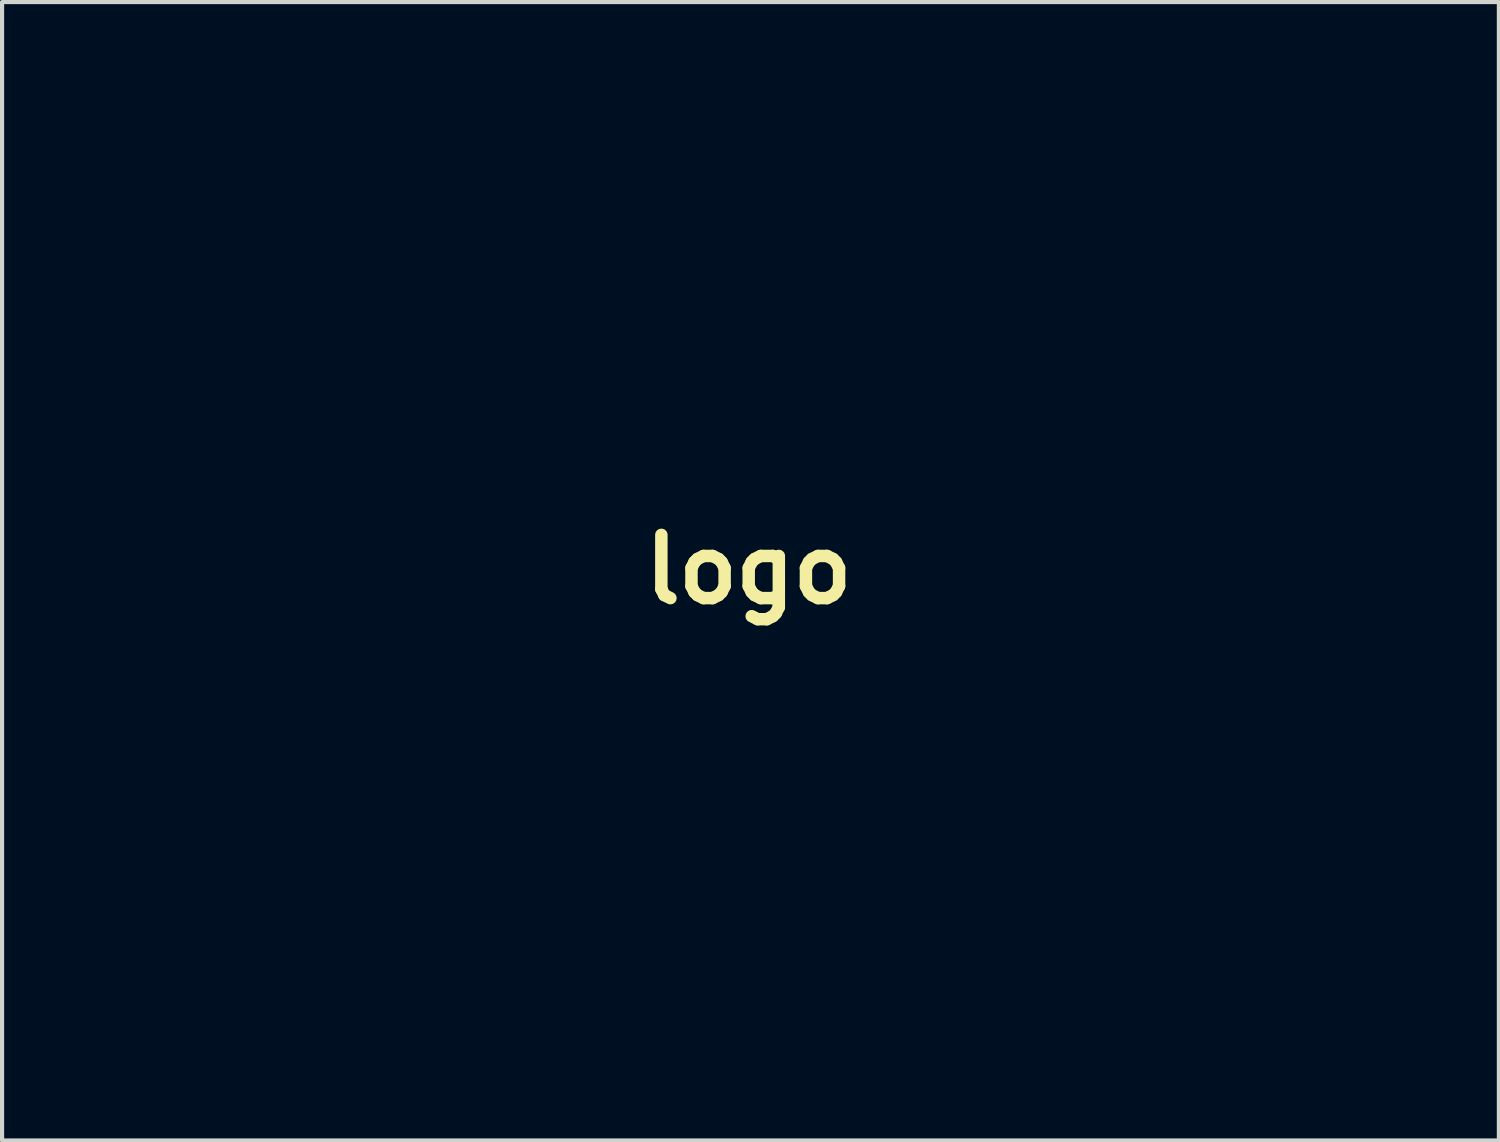
<source format=kicad_pcb>
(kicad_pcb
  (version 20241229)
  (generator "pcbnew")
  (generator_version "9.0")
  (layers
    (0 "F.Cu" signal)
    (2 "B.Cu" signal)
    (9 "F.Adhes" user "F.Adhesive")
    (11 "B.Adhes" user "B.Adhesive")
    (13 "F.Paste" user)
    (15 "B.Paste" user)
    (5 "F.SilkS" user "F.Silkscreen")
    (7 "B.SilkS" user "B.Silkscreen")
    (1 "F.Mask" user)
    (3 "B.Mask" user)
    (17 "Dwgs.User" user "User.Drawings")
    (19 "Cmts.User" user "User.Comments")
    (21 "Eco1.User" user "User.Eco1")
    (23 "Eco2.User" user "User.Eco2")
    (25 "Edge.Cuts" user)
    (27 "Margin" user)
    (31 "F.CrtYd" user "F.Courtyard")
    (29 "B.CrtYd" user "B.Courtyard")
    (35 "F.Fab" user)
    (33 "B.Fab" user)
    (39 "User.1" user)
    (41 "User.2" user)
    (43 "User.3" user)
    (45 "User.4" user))
  (footprint "logo"
    (layer "F.Cu")
    (at 14.991 10.673)
    (property "Reference" "logo" (at 0 0 0) (layer "F.SilkS") (effects (font (size 1.524 1.524) (thickness 0.3))))
    (attr through_hole)
    (fp_poly (pts (xy 3.895 2.54) (xy -4.064 2.54) (xy -4.064 -5.503) (xy 3.895 -5.503) (xy 3.895 2.54)) (stroke (width 0.01) (type solid)) (fill no) (layer "Eco2.User"))
    (fp_poly (pts (xy -9.454 8.959) (xy -9.401 9.013) (xy -9.34 9.17) (xy -9.428 9.278) (xy -9.615 9.313) (xy -9.772 9.277) (xy -9.821 9.137) (xy -9.821 9.102) (xy -9.763 8.937) (xy -9.623 8.886) (xy -9.454 8.959)) (stroke (width 0.01) (type solid)) (fill no) (layer "Eco2.User"))
    (fp_poly (pts (xy -9.447 8.346) (xy -9.409 8.454) (xy -9.485 8.566) (xy -9.632 8.621) (xy -9.78 8.604) (xy -9.821 8.473) (xy -9.821 8.473) (xy -9.776 8.337) (xy -9.614 8.297) (xy -9.603 8.297) (xy -9.447 8.346)) (stroke (width 0.01) (type solid)) (fill no) (layer "Eco2.User"))
    (fp_poly (pts (xy -7.676 8.959) (xy -7.623 9.013) (xy -7.562 9.17) (xy -7.65 9.278) (xy -7.837 9.313) (xy -7.994 9.277) (xy -8.043 9.137) (xy -8.043 9.102) (xy -7.985 8.937) (xy -7.845 8.886) (xy -7.676 8.959)) (stroke (width 0.01) (type solid)) (fill no) (layer "Eco2.User"))
    (fp_poly (pts (xy -7.669 8.346) (xy -7.631 8.454) (xy -7.707 8.566) (xy -7.854 8.621) (xy -8.002 8.604) (xy -8.043 8.473) (xy -8.043 8.473) (xy -7.998 8.337) (xy -7.836 8.297) (xy -7.825 8.297) (xy -7.669 8.346)) (stroke (width 0.01) (type solid)) (fill no) (layer "Eco2.User"))
    (fp_poly (pts (xy 5.029 8.332) (xy 5.079 8.47) (xy 5.08 8.509) (xy 5.045 8.67) (xy 4.907 8.72) (xy 4.868 8.721) (xy 4.707 8.686) (xy 4.658 8.548) (xy 4.657 8.509) (xy 4.692 8.348) (xy 4.829 8.298) (xy 4.868 8.297) (xy 5.029 8.332)) (stroke (width 0.01) (type solid)) (fill no) (layer "Eco2.User"))
    (fp_poly (pts (xy -13.181 8.368) (xy -13.063 8.576) (xy -13.039 8.805) (xy -13.088 9.11) (xy -13.234 9.278) (xy -13.394 9.313) (xy -13.48 9.289) (xy -13.526 9.192) (xy -13.545 8.985) (xy -13.547 8.805) (xy -13.539 8.519) (xy -13.51 8.365) (xy -13.448 8.304) (xy -13.394 8.297) (xy -13.181 8.368)) (stroke (width 0.01) (type solid)) (fill no) (layer "Eco2.User"))
    (fp_poly (pts (xy 6.871 8.36) (xy 6.904 8.385) (xy 6.99 8.545) (xy 7.024 8.788) (xy 7.004 9.035) (xy 6.929 9.209) (xy 6.926 9.212) (xy 6.735 9.311) (xy 6.551 9.257) (xy 6.427 9.081) (xy 6.376 8.809) (xy 6.417 8.568) (xy 6.529 8.391) (xy 6.688 8.311) (xy 6.871 8.36)) (stroke (width 0.01) (type solid)) (fill no) (layer "Eco2.User"))
    (fp_poly (pts (xy -11.247 8.406) (xy -11.146 8.597) (xy -11.118 8.834) (xy -11.162 9.065) (xy -11.276 9.242) (xy -11.458 9.313) (xy -11.461 9.313) (xy -11.639 9.264) (xy -11.717 9.179) (xy -11.76 8.958) (xy -11.761 8.689) (xy -11.723 8.461) (xy -11.694 8.396) (xy -11.563 8.318) (xy -11.423 8.311) (xy -11.247 8.406)) (stroke (width 0.01) (type solid)) (fill no) (layer "Eco2.User"))
    (fp_poly (pts (xy 15.071 10.753) (xy -14.986 10.753) (xy -14.986 7.959) (xy -13.885 7.959) (xy -13.885 9.652) (xy -13.509 9.652) (xy -13.178 9.61) (xy -12.92 9.468) (xy -12.895 9.448) (xy -12.749 9.296) (xy -12.679 9.124) (xy -12.658 8.865) (xy -12.658 8.805) (xy -12.15 8.805) (xy -12.124 9.111) (xy -12.03 9.328) (xy -11.944 9.434) (xy -11.67 9.616) (xy -11.362 9.649) (xy -11.064 9.531) (xy -10.96 9.444) (xy -10.797 9.173) (xy -10.738 8.832) (xy -10.782 8.487) (xy -10.929 8.201) (xy -10.96 8.166) (xy -11.242 7.99) (xy -11.552 7.964) (xy -11.845 8.088) (xy -11.944 8.177) (xy -12.084 8.377) (xy -12.143 8.627) (xy -12.15 8.805) (xy -12.658 8.805) (xy -12.716 8.415) (xy -12.892 8.145) (xy -13.189 7.995) (xy -13.509 7.959) (xy -10.245 7.959) (xy -10.245 9.652) (xy -9.765 9.652) (xy -9.39 9.623) (xy -9.158 9.535) (xy -9.13 9.512) (xy -9.025 9.346) (xy -8.977 9.13) (xy -8.993 8.937) (xy -9.052 8.852) (xy -9.08 8.746) (xy -9.032 8.546) (xy -9.031 8.544) (xy -8.977 8.35) (xy -9.021 8.224) (xy -9.132 8.121) (xy -9.36 8.005) (xy -9.693 7.96) (xy -9.788 7.959) (xy -8.467 7.959) (xy -8.467 9.652) (xy -7.987 9.652) (xy -7.612 9.623) (xy -7.38 9.535) (xy -7.352 9.512) (xy -7.247 9.346) (xy -7.22 9.224) (xy -6.689 9.224) (xy -6.614 9.414) (xy -6.423 9.555) (xy -6.165 9.636) (xy -5.889 9.643) (xy -5.645 9.564) (xy -5.574 9.512) (xy -5.43 9.296) (xy -5.442 9.068) (xy -5.596 8.853) (xy -5.883 8.673) (xy -5.996 8.629) (xy -6.191 8.523) (xy -6.261 8.41) (xy -6.2 8.323) (xy -6.054 8.297) (xy -5.895 8.326) (xy -5.842 8.382) (xy -5.77 8.446) (xy -5.63 8.467) (xy -5.461 8.42) (xy -5.428 8.304) (xy -5.532 8.15) (xy -5.607 8.09) (xy -5.887 7.977) (xy -6.196 7.975) (xy -6.462 8.08) (xy -6.519 8.128) (xy -6.665 8.356) (xy -6.645 8.574) (xy -6.464 8.773) (xy -6.183 8.921) (xy -5.96 9.043) (xy -5.852 9.168) (xy -5.869 9.268) (xy -6.021 9.313) (xy -6.045 9.313) (xy -6.22 9.266) (xy -6.296 9.186) (xy -6.403 9.076) (xy -6.551 9.064) (xy -6.666 9.141) (xy -6.689 9.224) (xy -7.22 9.224) (xy -7.199 9.13) (xy -7.215 8.937) (xy -7.274 8.852) (xy -7.302 8.746) (xy -7.254 8.546) (xy -7.253 8.544) (xy -7.199 8.35) (xy -7.243 8.224) (xy -7.354 8.121) (xy -7.582 8.005) (xy -7.915 7.96) (xy -8.01 7.959) (xy -4.064 7.959) (xy -4.064 9.652) (xy -3.465 9.652) (xy -3.152 9.647) (xy -2.974 9.627) (xy -2.9 9.582) (xy -2.894 9.505) (xy -2.894 9.504) (xy -2.97 9.397) (xy -3.168 9.341) (xy -3.282 9.33) (xy -3.515 9.298) (xy -3.62 9.232) (xy -3.641 9.139) (xy -3.606 9.025) (xy -3.471 8.98) (xy -3.344 8.975) (xy -3.14 8.956) (xy -3.058 8.882) (xy -3.048 8.805) (xy -3.081 8.689) (xy -3.211 8.642) (xy -3.344 8.636) (xy -3.549 8.617) (xy -3.632 8.542) (xy -3.641 8.472) (xy -3.607 8.362) (xy -3.48 8.305) (xy -3.282 8.281) (xy -3.029 8.24) (xy -2.911 8.154) (xy -2.894 8.107) (xy -2.899 8.029) (xy -2.973 7.984) (xy -3.149 7.964) (xy -3.461 7.959) (xy -3.465 7.959) (xy -2.455 7.959) (xy -2.455 9.652) (xy -1.905 9.652) (xy -1.607 9.647) (xy -1.441 9.623) (xy -1.369 9.57) (xy -1.355 9.483) (xy -1.383 9.372) (xy -1.498 9.323) (xy -1.693 9.313) (xy -2.032 9.313) (xy -2.032 8.636) (xy -2.034 8.3) (xy -2.048 8.099) (xy -2.085 7.998) (xy -2.154 7.963) (xy -2.244 7.959) (xy -0.847 7.959) (xy -0.847 9.652) (xy -0.296 9.652) (xy 0.001 9.647) (xy 0.168 9.623) (xy 0.239 9.57) (xy 0.254 9.483) (xy 0.229 9.377) (xy 0.126 9.327) (xy -0.1 9.313) (xy -0.127 9.313) (xy -0.366 9.302) (xy -0.479 9.255) (xy -0.508 9.155) (xy -0.508 9.149) (xy -0.469 9.033) (xy -0.456 9.028) (xy 0.683 9.028) (xy 0.711 9.21) (xy 0.798 9.352) (xy 0.875 9.434) (xy 1.146 9.606) (xy 1.454 9.654) (xy 1.742 9.574) (xy 1.863 9.483) (xy 1.988 9.315) (xy 2.032 9.186) (xy 1.97 9.085) (xy 1.831 9.065) (xy 1.684 9.126) (xy 1.626 9.194) (xy 1.483 9.294) (xy 1.347 9.3) (xy 1.23 9.268) (xy 1.169 9.186) (xy 1.146 9.01) (xy 1.143 8.805) (xy 1.15 8.536) (xy 1.182 8.393) (xy 1.257 8.33) (xy 1.347 8.311) (xy 1.545 8.34) (xy 1.626 8.417) (xy 1.746 8.521) (xy 1.898 8.546) (xy 2.012 8.49) (xy 2.032 8.424) (xy 1.956 8.227) (xy 1.77 8.066) (xy 2.382 8.066) (xy 2.386 8.107) (xy 2.489 8.233) (xy 2.647 8.282) (xy 2.762 8.301) (xy 2.831 8.351) (xy 2.865 8.466) (xy 2.877 8.684) (xy 2.879 8.98) (xy 2.881 9.315) (xy 2.895 9.514) (xy 2.932 9.614) (xy 3.003 9.648) (xy 3.09 9.652) (xy 3.196 9.645) (xy 3.259 9.6) (xy 3.29 9.482) (xy 3.301 9.258) (xy 3.302 8.98) (xy 3.304 8.646) (xy 3.318 8.445) (xy 3.357 8.341) (xy 3.432 8.298) (xy 3.534 8.282) (xy 3.727 8.21) (xy 3.794 8.107) (xy 3.791 8.035) (xy 3.726 7.991) (xy 3.569 7.968) (xy 3.29 7.959) (xy 3.09 7.959) (xy 4.233 7.959) (xy 4.233 9.652) (xy 4.445 9.652) (xy 4.588 9.63) (xy 4.647 9.53) (xy 4.657 9.356) (xy 4.678 9.16) (xy 4.731 9.062) (xy 4.743 9.059) (xy 4.831 9.129) (xy 4.942 9.301) (xy 4.97 9.356) (xy 5.114 9.574) (xy 5.281 9.651) (xy 5.307 9.652) (xy 5.443 9.645) (xy 5.49 9.599) (xy 5.454 9.474) (xy 5.362 9.276) (xy 5.275 9.075) (xy 5.269 8.954) (xy 5.342 8.843) (xy 5.362 8.822) (xy 5.37 8.805) (xy 6.011 8.805) (xy 6.031 9.104) (xy 6.105 9.305) (xy 6.219 9.444) (xy 6.501 9.621) (xy 6.81 9.647) (xy 7.103 9.523) (xy 7.203 9.434) (xy 7.343 9.233) (xy 7.402 8.984) (xy 7.408 8.805) (xy 7.407 8.799) (xy 7.959 8.799) (xy 7.961 9.187) (xy 7.972 9.435) (xy 7.998 9.575) (xy 8.045 9.637) (xy 8.118 9.652) (xy 8.124 9.652) (xy 8.219 9.629) (xy 8.274 9.533) (xy 8.304 9.327) (xy 8.314 9.165) (xy 8.34 8.678) (xy 8.621 9.165) (xy 8.797 9.443) (xy 8.936 9.595) (xy 9.071 9.65) (xy 9.108 9.652) (xy 9.201 9.646) (xy 9.261 9.608) (xy 9.294 9.507) (xy 9.309 9.311) (xy 9.313 8.991) (xy 9.313 8.805) (xy 9.906 8.805) (xy 9.908 9.191) (xy 9.919 9.437) (xy 9.945 9.576) (xy 9.992 9.637) (xy 10.066 9.652) (xy 10.075 9.652) (xy 10.152 9.64) (xy 10.202 9.585) (xy 10.229 9.455) (xy 10.242 9.221) (xy 10.245 8.851) (xy 10.245 8.805) (xy 10.805 8.805) (xy 10.829 9.113) (xy 10.916 9.328) (xy 11.005 9.439) (xy 11.276 9.618) (xy 11.584 9.649) (xy 11.88 9.531) (xy 11.984 9.444) (xy 12.125 9.28) (xy 12.155 9.224) (xy 12.615 9.224) (xy 12.69 9.414) (xy 12.881 9.555) (xy 13.139 9.636) (xy 13.415 9.643) (xy 13.659 9.564) (xy 13.73 9.512) (xy 13.874 9.296) (xy 13.862 9.068) (xy 13.708 8.853) (xy 13.421 8.673) (xy 13.308 8.629) (xy 13.113 8.523) (xy 13.043 8.41) (xy 13.104 8.323) (xy 13.25 8.297) (xy 13.409 8.326) (xy 13.462 8.382) (xy 13.534 8.446) (xy 13.674 8.467) (xy 13.843 8.42) (xy 13.876 8.304) (xy 13.772 8.15) (xy 13.697 8.09) (xy 13.417 7.977) (xy 13.108 7.975) (xy 12.842 8.08) (xy 12.785 8.128) (xy 12.639 8.356) (xy 12.659 8.574) (xy 12.84 8.773) (xy 13.121 8.921) (xy 13.344 9.043) (xy 13.452 9.168) (xy 13.435 9.268) (xy 13.283 9.313) (xy 13.259 9.313) (xy 13.084 9.266) (xy 13.008 9.186) (xy 12.901 9.076) (xy 12.753 9.064) (xy 12.638 9.141) (xy 12.615 9.224) (xy 12.155 9.224) (xy 12.191 9.156) (xy 12.192 9.148) (xy 12.127 9.075) (xy 11.979 9.063) (xy 11.824 9.105) (xy 11.738 9.186) (xy 11.623 9.287) (xy 11.443 9.307) (xy 11.281 9.249) (xy 11.227 9.179) (xy 11.181 8.947) (xy 11.185 8.683) (xy 11.235 8.467) (xy 11.278 8.399) (xy 11.45 8.308) (xy 11.63 8.321) (xy 11.738 8.424) (xy 11.835 8.511) (xy 11.992 8.549) (xy 12.135 8.532) (xy 12.192 8.463) (xy 12.119 8.295) (xy 11.937 8.128) (xy 11.703 8.003) (xy 11.491 7.959) (xy 11.172 8.03) (xy 10.946 8.237) (xy 10.824 8.566) (xy 10.805 8.805) (xy 10.245 8.805) (xy 10.242 8.42) (xy 10.231 8.173) (xy 10.205 8.035) (xy 10.158 7.973) (xy 10.084 7.959) (xy 10.075 7.959) (xy 9.998 7.97) (xy 9.949 8.026) (xy 9.921 8.155) (xy 9.909 8.39) (xy 9.906 8.76) (xy 9.906 8.805) (xy 9.313 8.805) (xy 9.313 7.959) (xy 9.102 7.959) (xy 8.982 7.97) (xy 8.919 8.031) (xy 8.894 8.183) (xy 8.89 8.445) (xy 8.889 8.932) (xy 8.61 8.467) (xy 8.394 8.158) (xy 8.207 7.995) (xy 8.144 7.974) (xy 8.06 7.969) (xy 8.006 8.005) (xy 7.976 8.11) (xy 7.962 8.314) (xy 7.959 8.648) (xy 7.959 8.799) (xy 7.407 8.799) (xy 7.348 8.417) (xy 7.178 8.138) (xy 6.909 7.984) (xy 6.712 7.959) (xy 6.386 8.029) (xy 6.156 8.234) (xy 6.031 8.561) (xy 6.011 8.805) (xy 5.37 8.805) (xy 5.489 8.572) (xy 5.458 8.308) (xy 5.334 8.128) (xy 5.171 8.018) (xy 4.932 7.967) (xy 4.699 7.959) (xy 4.233 7.959) (xy 3.09 7.959) (xy 2.737 7.962) (xy 2.521 7.977) (xy 2.413 8.01) (xy 2.382 8.066) (xy 1.77 8.066) (xy 1.764 8.062) (xy 1.51 7.968) (xy 1.406 7.959) (xy 1.081 8.014) (xy 0.86 8.189) (xy 0.733 8.497) (xy 0.697 8.743) (xy 0.683 9.028) (xy -0.456 9.028) (xy -0.324 8.975) (xy -0.191 8.959) (xy 0.05 8.907) (xy 0.151 8.796) (xy 0.154 8.784) (xy 0.142 8.688) (xy 0.032 8.645) (xy -0.163 8.636) (xy -0.387 8.622) (xy -0.487 8.567) (xy -0.508 8.467) (xy -0.483 8.361) (xy -0.38 8.311) (xy -0.154 8.297) (xy -0.127 8.297) (xy 0.111 8.286) (xy 0.224 8.24) (xy 0.254 8.14) (xy 0.254 8.128) (xy 0.237 8.036) (xy 0.16 7.985) (xy -0.013 7.963) (xy -0.296 7.959) (xy -0.847 7.959) (xy -2.244 7.959) (xy -2.455 7.959) (xy -3.465 7.959) (xy -4.064 7.959) (xy -8.01 7.959) (xy -8.467 7.959) (xy -9.788 7.959) (xy -10.245 7.959) (xy -13.509 7.959) (xy -13.885 7.959) (xy -14.986 7.959) (xy -14.986 -6.819) (xy -6.773 -6.819) (xy -6.773 3.849) (xy -6.119 4.507) (xy -5.465 5.165) (xy 5.288 5.165) (xy 5.946 4.51) (xy 6.604 3.856) (xy 6.604 -6.897) (xy 5.95 -7.555) (xy 5.296 -8.213) (xy -5.373 -8.213) (xy -6.073 -7.516) (xy -6.773 -6.819) (xy -14.986 -6.819) (xy -14.986 -10.668) (xy 15.071 -10.668) (xy 15.071 10.753)) (stroke (width 0.01) (type solid)) (fill no) (layer "Eco2.User")))
  (gr_rect
    (start -3 -3)
    (end 33.067 24.431)
    (stroke (width 0.1) (type default))
    (fill no)
    (layer "Edge.Cuts")))
</source>
